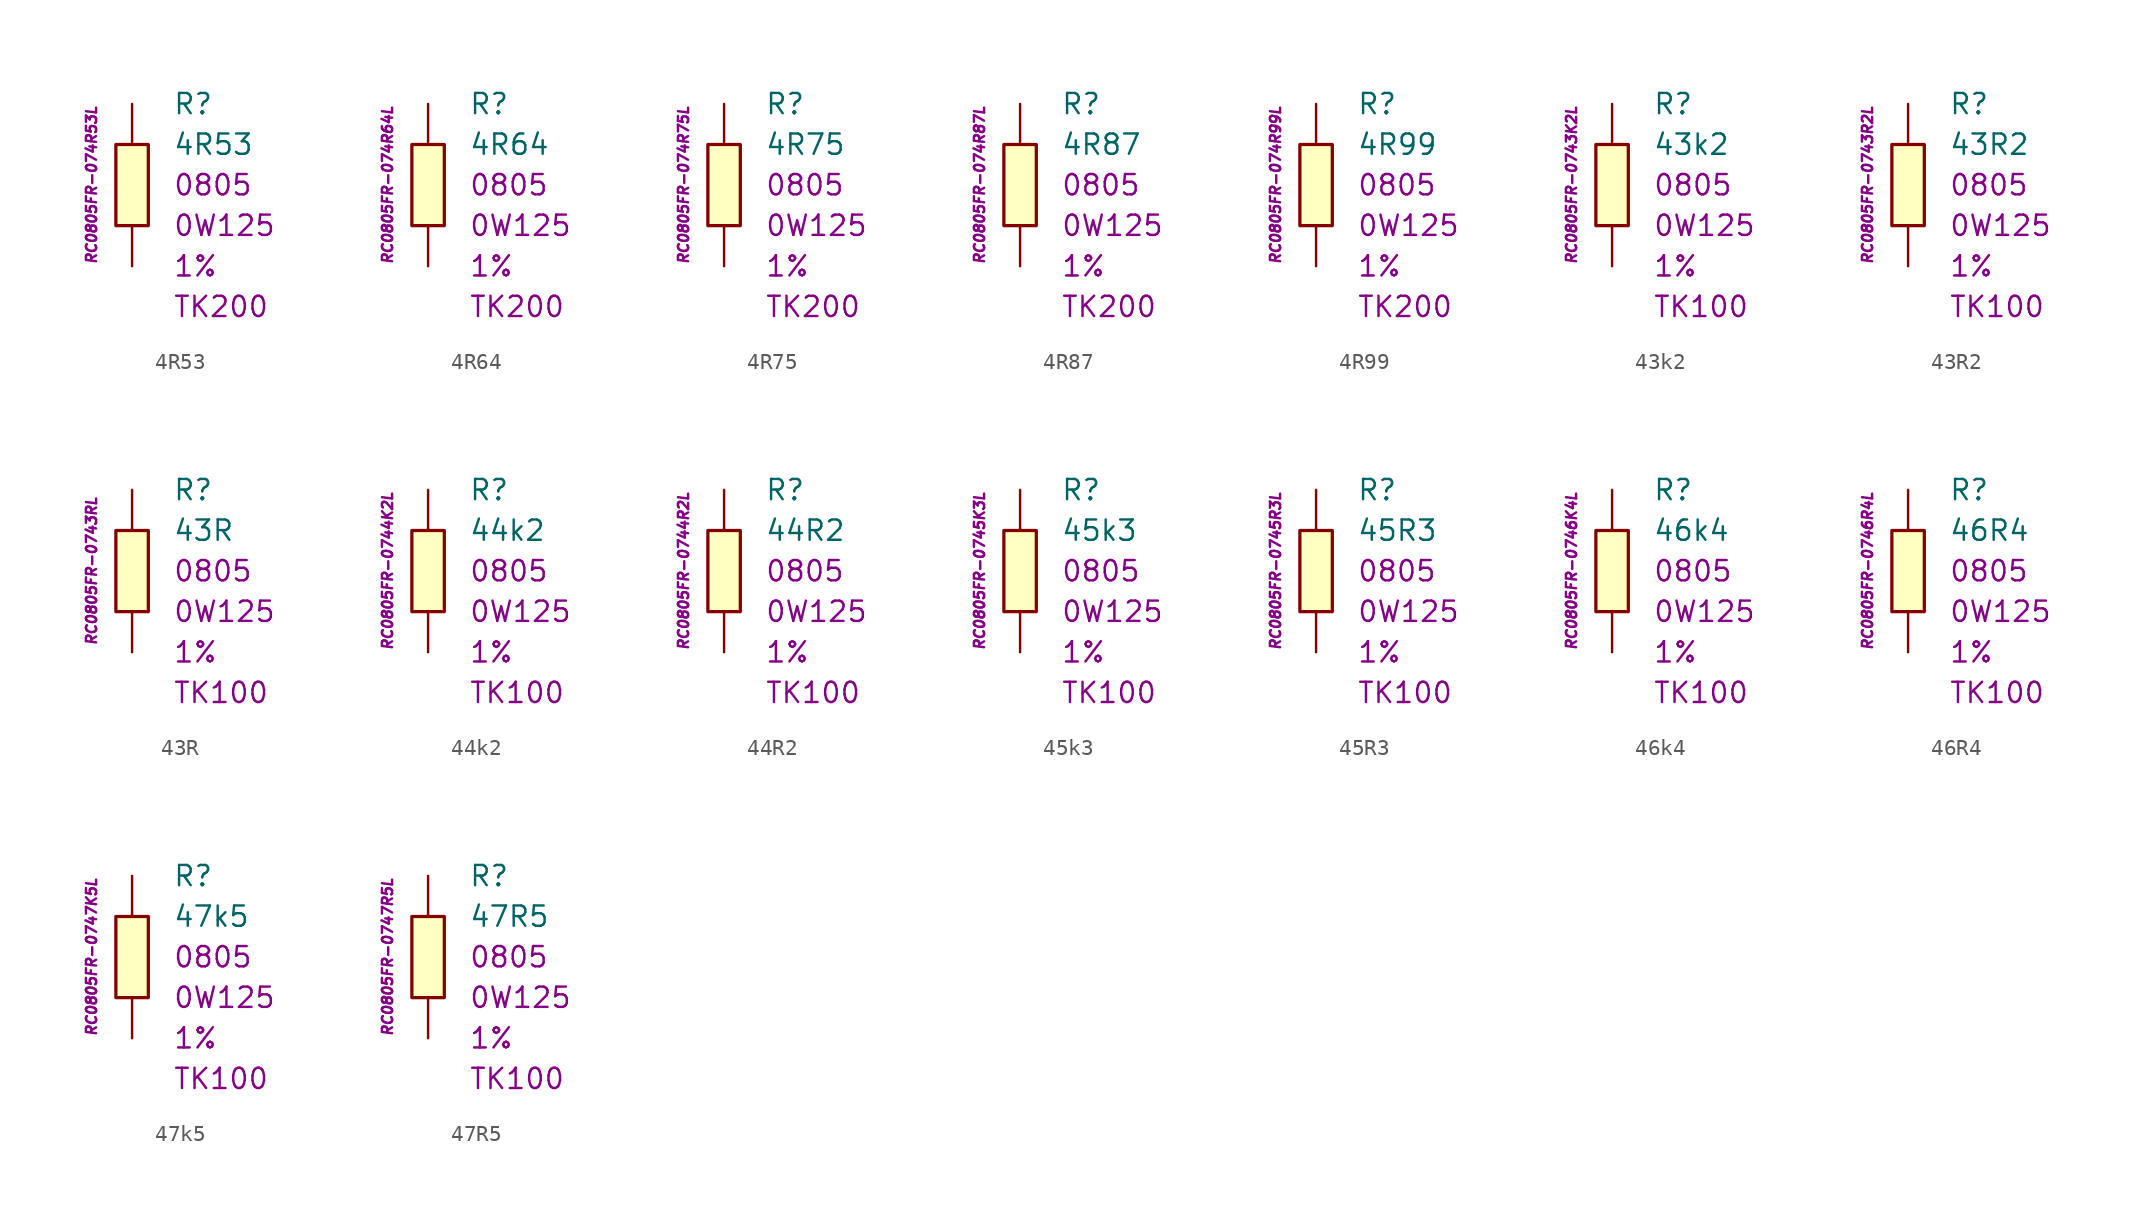
<source format=kicad_sym>
(kicad_symbol_lib
  (version 20201005)
  (generator kicad_symbol_editor)
  (symbol "4R53"
    (pin_numbers hide)
    (pin_names
      (offset 1.016) hide)
    (property "Reference" "R"
      (at 2.54 5.08 0)
      (effects (font (size 1.27 1.27)) (justify left)))
    (property "Value" "4R53"
      (at 2.54 2.54 0)
      (effects (font (size 1.27 1.27)) (justify left)))
    (property "Package" "0805"
      (at 2.54 0 0)
      (effects (font (size 1.27 1.27)) (justify left)))
    (property "Power" "0W125"
      (at 2.54 -2.54 0)
      (effects (font (size 1.27 1.27)) (justify left)))
    (property "Tolerance" "1%"
      (at 2.54 -5.08 0)
      (effects (font (size 1.27 1.27)) (justify left)))
    (property "TK" "TK200"
      (at 2.54 -7.62 0)
      (effects (font (size 1.27 1.27)) (justify left)))
    (property "ID" "RC0805FR-074R53L"
      (at -2.54 0 90)
      (effects (font (size 0.635 0.635) italic)))
    (symbol "4R53_0_1"
      (rectangle (start -1.016 2.54) (end 1.016 -2.54) (stroke (width 0.203)) (fill (type background))))
    (symbol "4R53_1_1"
      (pin passive line (at 0 5.08 270) (length 2.54) (name "~" (effects (font (size 1.778 1.778)))) (number "1" (effects (font (size 1.778 1.778)))))
      (pin passive line (at 0 -5.08 90) (length 2.54) (name "~" (effects (font (size 1.778 1.778)))) (number "2" (effects (font (size 1.778 1.778)))))))
  (symbol "4R64"
    (pin_numbers hide)
    (pin_names
      (offset 1.016) hide)
    (property "Reference" "R"
      (at 2.54 5.08 0)
      (effects (font (size 1.27 1.27)) (justify left)))
    (property "Value" "4R64"
      (at 2.54 2.54 0)
      (effects (font (size 1.27 1.27)) (justify left)))
    (property "Package" "0805"
      (at 2.54 0 0)
      (effects (font (size 1.27 1.27)) (justify left)))
    (property "Power" "0W125"
      (at 2.54 -2.54 0)
      (effects (font (size 1.27 1.27)) (justify left)))
    (property "Tolerance" "1%"
      (at 2.54 -5.08 0)
      (effects (font (size 1.27 1.27)) (justify left)))
    (property "TK" "TK200"
      (at 2.54 -7.62 0)
      (effects (font (size 1.27 1.27)) (justify left)))
    (property "ID" "RC0805FR-074R64L"
      (at -2.54 0 90)
      (effects (font (size 0.635 0.635) italic)))
    (symbol "4R64_0_1"
      (rectangle (start -1.016 2.54) (end 1.016 -2.54) (stroke (width 0.203)) (fill (type background))))
    (symbol "4R64_1_1"
      (pin passive line (at 0 5.08 270) (length 2.54) (name "~" (effects (font (size 1.778 1.778)))) (number "1" (effects (font (size 1.778 1.778)))))
      (pin passive line (at 0 -5.08 90) (length 2.54) (name "~" (effects (font (size 1.778 1.778)))) (number "2" (effects (font (size 1.778 1.778)))))))
  (symbol "4R75"
    (pin_numbers hide)
    (pin_names
      (offset 1.016) hide)
    (property "Reference" "R"
      (at 2.54 5.08 0)
      (effects (font (size 1.27 1.27)) (justify left)))
    (property "Value" "4R75"
      (at 2.54 2.54 0)
      (effects (font (size 1.27 1.27)) (justify left)))
    (property "Package" "0805"
      (at 2.54 0 0)
      (effects (font (size 1.27 1.27)) (justify left)))
    (property "Power" "0W125"
      (at 2.54 -2.54 0)
      (effects (font (size 1.27 1.27)) (justify left)))
    (property "Tolerance" "1%"
      (at 2.54 -5.08 0)
      (effects (font (size 1.27 1.27)) (justify left)))
    (property "TK" "TK200"
      (at 2.54 -7.62 0)
      (effects (font (size 1.27 1.27)) (justify left)))
    (property "ID" "RC0805FR-074R75L"
      (at -2.54 0 90)
      (effects (font (size 0.635 0.635) italic)))
    (symbol "4R75_0_1"
      (rectangle (start -1.016 2.54) (end 1.016 -2.54) (stroke (width 0.203)) (fill (type background))))
    (symbol "4R75_1_1"
      (pin passive line (at 0 5.08 270) (length 2.54) (name "~" (effects (font (size 1.778 1.778)))) (number "1" (effects (font (size 1.778 1.778)))))
      (pin passive line (at 0 -5.08 90) (length 2.54) (name "~" (effects (font (size 1.778 1.778)))) (number "2" (effects (font (size 1.778 1.778)))))))
  (symbol "4R87"
    (pin_numbers hide)
    (pin_names
      (offset 1.016) hide)
    (property "Reference" "R"
      (at 2.54 5.08 0)
      (effects (font (size 1.27 1.27)) (justify left)))
    (property "Value" "4R87"
      (at 2.54 2.54 0)
      (effects (font (size 1.27 1.27)) (justify left)))
    (property "Package" "0805"
      (at 2.54 0 0)
      (effects (font (size 1.27 1.27)) (justify left)))
    (property "Power" "0W125"
      (at 2.54 -2.54 0)
      (effects (font (size 1.27 1.27)) (justify left)))
    (property "Tolerance" "1%"
      (at 2.54 -5.08 0)
      (effects (font (size 1.27 1.27)) (justify left)))
    (property "TK" "TK200"
      (at 2.54 -7.62 0)
      (effects (font (size 1.27 1.27)) (justify left)))
    (property "ID" "RC0805FR-074R87L"
      (at -2.54 0 90)
      (effects (font (size 0.635 0.635) italic)))
    (symbol "4R87_0_1"
      (rectangle (start -1.016 2.54) (end 1.016 -2.54) (stroke (width 0.203)) (fill (type background))))
    (symbol "4R87_1_1"
      (pin passive line (at 0 5.08 270) (length 2.54) (name "~" (effects (font (size 1.778 1.778)))) (number "1" (effects (font (size 1.778 1.778)))))
      (pin passive line (at 0 -5.08 90) (length 2.54) (name "~" (effects (font (size 1.778 1.778)))) (number "2" (effects (font (size 1.778 1.778)))))))
  (symbol "4R99"
    (pin_numbers hide)
    (pin_names
      (offset 1.016) hide)
    (property "Reference" "R"
      (at 2.54 5.08 0)
      (effects (font (size 1.27 1.27)) (justify left)))
    (property "Value" "4R99"
      (at 2.54 2.54 0)
      (effects (font (size 1.27 1.27)) (justify left)))
    (property "Package" "0805"
      (at 2.54 0 0)
      (effects (font (size 1.27 1.27)) (justify left)))
    (property "Power" "0W125"
      (at 2.54 -2.54 0)
      (effects (font (size 1.27 1.27)) (justify left)))
    (property "Tolerance" "1%"
      (at 2.54 -5.08 0)
      (effects (font (size 1.27 1.27)) (justify left)))
    (property "TK" "TK200"
      (at 2.54 -7.62 0)
      (effects (font (size 1.27 1.27)) (justify left)))
    (property "ID" "RC0805FR-074R99L"
      (at -2.54 0 90)
      (effects (font (size 0.635 0.635) italic)))
    (symbol "4R99_0_1"
      (rectangle (start -1.016 2.54) (end 1.016 -2.54) (stroke (width 0.203)) (fill (type background))))
    (symbol "4R99_1_1"
      (pin passive line (at 0 5.08 270) (length 2.54) (name "~" (effects (font (size 1.778 1.778)))) (number "1" (effects (font (size 1.778 1.778)))))
      (pin passive line (at 0 -5.08 90) (length 2.54) (name "~" (effects (font (size 1.778 1.778)))) (number "2" (effects (font (size 1.778 1.778)))))))
  (symbol "43k2"
    (pin_numbers hide)
    (pin_names
      (offset 1.016) hide)
    (property "Reference" "R"
      (at 2.54 5.08 0)
      (effects (font (size 1.27 1.27)) (justify left)))
    (property "Value" "43k2"
      (at 2.54 2.54 0)
      (effects (font (size 1.27 1.27)) (justify left)))
    (property "Package" "0805"
      (at 2.54 0 0)
      (effects (font (size 1.27 1.27)) (justify left)))
    (property "Power" "0W125"
      (at 2.54 -2.54 0)
      (effects (font (size 1.27 1.27)) (justify left)))
    (property "Tolerance" "1%"
      (at 2.54 -5.08 0)
      (effects (font (size 1.27 1.27)) (justify left)))
    (property "TK" "TK100"
      (at 2.54 -7.62 0)
      (effects (font (size 1.27 1.27)) (justify left)))
    (property "ID" "RC0805FR-0743K2L"
      (at -2.54 0 90)
      (effects (font (size 0.635 0.635) italic)))
    (symbol "43k2_0_1"
      (rectangle (start -1.016 2.54) (end 1.016 -2.54) (stroke (width 0.203)) (fill (type background))))
    (symbol "43k2_1_1"
      (pin passive line (at 0 5.08 270) (length 2.54) (name "~" (effects (font (size 1.778 1.778)))) (number "1" (effects (font (size 1.778 1.778)))))
      (pin passive line (at 0 -5.08 90) (length 2.54) (name "~" (effects (font (size 1.778 1.778)))) (number "2" (effects (font (size 1.778 1.778)))))))
  (symbol "43R2"
    (pin_numbers hide)
    (pin_names
      (offset 1.016) hide)
    (property "Reference" "R"
      (at 2.54 5.08 0)
      (effects (font (size 1.27 1.27)) (justify left)))
    (property "Value" "43R2"
      (at 2.54 2.54 0)
      (effects (font (size 1.27 1.27)) (justify left)))
    (property "Package" "0805"
      (at 2.54 0 0)
      (effects (font (size 1.27 1.27)) (justify left)))
    (property "Power" "0W125"
      (at 2.54 -2.54 0)
      (effects (font (size 1.27 1.27)) (justify left)))
    (property "Tolerance" "1%"
      (at 2.54 -5.08 0)
      (effects (font (size 1.27 1.27)) (justify left)))
    (property "TK" "TK100"
      (at 2.54 -7.62 0)
      (effects (font (size 1.27 1.27)) (justify left)))
    (property "ID" "RC0805FR-0743R2L"
      (at -2.54 0 90)
      (effects (font (size 0.635 0.635) italic)))
    (symbol "43R2_0_1"
      (rectangle (start -1.016 2.54) (end 1.016 -2.54) (stroke (width 0.203)) (fill (type background))))
    (symbol "43R2_1_1"
      (pin passive line (at 0 5.08 270) (length 2.54) (name "~" (effects (font (size 1.778 1.778)))) (number "1" (effects (font (size 1.778 1.778)))))
      (pin passive line (at 0 -5.08 90) (length 2.54) (name "~" (effects (font (size 1.778 1.778)))) (number "2" (effects (font (size 1.778 1.778)))))))
  (symbol "43R"
    (pin_numbers hide)
    (pin_names
      (offset 1.016) hide)
    (property "Reference" "R"
      (at 2.54 5.08 0)
      (effects (font (size 1.27 1.27)) (justify left)))
    (property "Value" "43R"
      (at 2.54 2.54 0)
      (effects (font (size 1.27 1.27)) (justify left)))
    (property "Package" "0805"
      (at 2.54 0 0)
      (effects (font (size 1.27 1.27)) (justify left)))
    (property "Power" "0W125"
      (at 2.54 -2.54 0)
      (effects (font (size 1.27 1.27)) (justify left)))
    (property "Tolerance" "1%"
      (at 2.54 -5.08 0)
      (effects (font (size 1.27 1.27)) (justify left)))
    (property "TK" "TK100"
      (at 2.54 -7.62 0)
      (effects (font (size 1.27 1.27)) (justify left)))
    (property "ID" "RC0805FR-0743RL"
      (at -2.54 0 90)
      (effects (font (size 0.635 0.635) italic)))
    (symbol "43R_0_1"
      (rectangle (start -1.016 2.54) (end 1.016 -2.54) (stroke (width 0.203)) (fill (type background))))
    (symbol "43R_1_1"
      (pin passive line (at 0 5.08 270) (length 2.54) (name "~" (effects (font (size 1.778 1.778)))) (number "1" (effects (font (size 1.778 1.778)))))
      (pin passive line (at 0 -5.08 90) (length 2.54) (name "~" (effects (font (size 1.778 1.778)))) (number "2" (effects (font (size 1.778 1.778)))))))
  (symbol "44k2"
    (pin_numbers hide)
    (pin_names
      (offset 1.016) hide)
    (property "Reference" "R"
      (at 2.54 5.08 0)
      (effects (font (size 1.27 1.27)) (justify left)))
    (property "Value" "44k2"
      (at 2.54 2.54 0)
      (effects (font (size 1.27 1.27)) (justify left)))
    (property "Package" "0805"
      (at 2.54 0 0)
      (effects (font (size 1.27 1.27)) (justify left)))
    (property "Power" "0W125"
      (at 2.54 -2.54 0)
      (effects (font (size 1.27 1.27)) (justify left)))
    (property "Tolerance" "1%"
      (at 2.54 -5.08 0)
      (effects (font (size 1.27 1.27)) (justify left)))
    (property "TK" "TK100"
      (at 2.54 -7.62 0)
      (effects (font (size 1.27 1.27)) (justify left)))
    (property "ID" "RC0805FR-0744K2L"
      (at -2.54 0 90)
      (effects (font (size 0.635 0.635) italic)))
    (symbol "44k2_0_1"
      (rectangle (start -1.016 2.54) (end 1.016 -2.54) (stroke (width 0.203)) (fill (type background))))
    (symbol "44k2_1_1"
      (pin passive line (at 0 5.08 270) (length 2.54) (name "~" (effects (font (size 1.778 1.778)))) (number "1" (effects (font (size 1.778 1.778)))))
      (pin passive line (at 0 -5.08 90) (length 2.54) (name "~" (effects (font (size 1.778 1.778)))) (number "2" (effects (font (size 1.778 1.778)))))))
  (symbol "44R2"
    (pin_numbers hide)
    (pin_names
      (offset 1.016) hide)
    (property "Reference" "R"
      (at 2.54 5.08 0)
      (effects (font (size 1.27 1.27)) (justify left)))
    (property "Value" "44R2"
      (at 2.54 2.54 0)
      (effects (font (size 1.27 1.27)) (justify left)))
    (property "Package" "0805"
      (at 2.54 0 0)
      (effects (font (size 1.27 1.27)) (justify left)))
    (property "Power" "0W125"
      (at 2.54 -2.54 0)
      (effects (font (size 1.27 1.27)) (justify left)))
    (property "Tolerance" "1%"
      (at 2.54 -5.08 0)
      (effects (font (size 1.27 1.27)) (justify left)))
    (property "TK" "TK100"
      (at 2.54 -7.62 0)
      (effects (font (size 1.27 1.27)) (justify left)))
    (property "ID" "RC0805FR-0744R2L"
      (at -2.54 0 90)
      (effects (font (size 0.635 0.635) italic)))
    (symbol "44R2_0_1"
      (rectangle (start -1.016 2.54) (end 1.016 -2.54) (stroke (width 0.203)) (fill (type background))))
    (symbol "44R2_1_1"
      (pin passive line (at 0 5.08 270) (length 2.54) (name "~" (effects (font (size 1.778 1.778)))) (number "1" (effects (font (size 1.778 1.778)))))
      (pin passive line (at 0 -5.08 90) (length 2.54) (name "~" (effects (font (size 1.778 1.778)))) (number "2" (effects (font (size 1.778 1.778)))))))
  (symbol "45k3"
    (pin_numbers hide)
    (pin_names
      (offset 1.016) hide)
    (property "Reference" "R"
      (at 2.54 5.08 0)
      (effects (font (size 1.27 1.27)) (justify left)))
    (property "Value" "45k3"
      (at 2.54 2.54 0)
      (effects (font (size 1.27 1.27)) (justify left)))
    (property "Package" "0805"
      (at 2.54 0 0)
      (effects (font (size 1.27 1.27)) (justify left)))
    (property "Power" "0W125"
      (at 2.54 -2.54 0)
      (effects (font (size 1.27 1.27)) (justify left)))
    (property "Tolerance" "1%"
      (at 2.54 -5.08 0)
      (effects (font (size 1.27 1.27)) (justify left)))
    (property "TK" "TK100"
      (at 2.54 -7.62 0)
      (effects (font (size 1.27 1.27)) (justify left)))
    (property "ID" "RC0805FR-0745K3L"
      (at -2.54 0 90)
      (effects (font (size 0.635 0.635) italic)))
    (symbol "45k3_0_1"
      (rectangle (start -1.016 2.54) (end 1.016 -2.54) (stroke (width 0.203)) (fill (type background))))
    (symbol "45k3_1_1"
      (pin passive line (at 0 5.08 270) (length 2.54) (name "~" (effects (font (size 1.778 1.778)))) (number "1" (effects (font (size 1.778 1.778)))))
      (pin passive line (at 0 -5.08 90) (length 2.54) (name "~" (effects (font (size 1.778 1.778)))) (number "2" (effects (font (size 1.778 1.778)))))))
  (symbol "45R3"
    (pin_numbers hide)
    (pin_names
      (offset 1.016) hide)
    (property "Reference" "R"
      (at 2.54 5.08 0)
      (effects (font (size 1.27 1.27)) (justify left)))
    (property "Value" "45R3"
      (at 2.54 2.54 0)
      (effects (font (size 1.27 1.27)) (justify left)))
    (property "Package" "0805"
      (at 2.54 0 0)
      (effects (font (size 1.27 1.27)) (justify left)))
    (property "Power" "0W125"
      (at 2.54 -2.54 0)
      (effects (font (size 1.27 1.27)) (justify left)))
    (property "Tolerance" "1%"
      (at 2.54 -5.08 0)
      (effects (font (size 1.27 1.27)) (justify left)))
    (property "TK" "TK100"
      (at 2.54 -7.62 0)
      (effects (font (size 1.27 1.27)) (justify left)))
    (property "ID" "RC0805FR-0745R3L"
      (at -2.54 0 90)
      (effects (font (size 0.635 0.635) italic)))
    (symbol "45R3_0_1"
      (rectangle (start -1.016 2.54) (end 1.016 -2.54) (stroke (width 0.203)) (fill (type background))))
    (symbol "45R3_1_1"
      (pin passive line (at 0 5.08 270) (length 2.54) (name "~" (effects (font (size 1.778 1.778)))) (number "1" (effects (font (size 1.778 1.778)))))
      (pin passive line (at 0 -5.08 90) (length 2.54) (name "~" (effects (font (size 1.778 1.778)))) (number "2" (effects (font (size 1.778 1.778)))))))
  (symbol "46k4"
    (pin_numbers hide)
    (pin_names
      (offset 1.016) hide)
    (property "Reference" "R"
      (at 2.54 5.08 0)
      (effects (font (size 1.27 1.27)) (justify left)))
    (property "Value" "46k4"
      (at 2.54 2.54 0)
      (effects (font (size 1.27 1.27)) (justify left)))
    (property "Package" "0805"
      (at 2.54 0 0)
      (effects (font (size 1.27 1.27)) (justify left)))
    (property "Power" "0W125"
      (at 2.54 -2.54 0)
      (effects (font (size 1.27 1.27)) (justify left)))
    (property "Tolerance" "1%"
      (at 2.54 -5.08 0)
      (effects (font (size 1.27 1.27)) (justify left)))
    (property "TK" "TK100"
      (at 2.54 -7.62 0)
      (effects (font (size 1.27 1.27)) (justify left)))
    (property "ID" "RC0805FR-0746K4L"
      (at -2.54 0 90)
      (effects (font (size 0.635 0.635) italic)))
    (symbol "46k4_0_1"
      (rectangle (start -1.016 2.54) (end 1.016 -2.54) (stroke (width 0.203)) (fill (type background))))
    (symbol "46k4_1_1"
      (pin passive line (at 0 5.08 270) (length 2.54) (name "~" (effects (font (size 1.778 1.778)))) (number "1" (effects (font (size 1.778 1.778)))))
      (pin passive line (at 0 -5.08 90) (length 2.54) (name "~" (effects (font (size 1.778 1.778)))) (number "2" (effects (font (size 1.778 1.778)))))))
  (symbol "46R4"
    (pin_numbers hide)
    (pin_names
      (offset 1.016) hide)
    (property "Reference" "R"
      (at 2.54 5.08 0)
      (effects (font (size 1.27 1.27)) (justify left)))
    (property "Value" "46R4"
      (at 2.54 2.54 0)
      (effects (font (size 1.27 1.27)) (justify left)))
    (property "Package" "0805"
      (at 2.54 0 0)
      (effects (font (size 1.27 1.27)) (justify left)))
    (property "Power" "0W125"
      (at 2.54 -2.54 0)
      (effects (font (size 1.27 1.27)) (justify left)))
    (property "Tolerance" "1%"
      (at 2.54 -5.08 0)
      (effects (font (size 1.27 1.27)) (justify left)))
    (property "TK" "TK100"
      (at 2.54 -7.62 0)
      (effects (font (size 1.27 1.27)) (justify left)))
    (property "ID" "RC0805FR-0746R4L"
      (at -2.54 0 90)
      (effects (font (size 0.635 0.635) italic)))
    (symbol "46R4_0_1"
      (rectangle (start -1.016 2.54) (end 1.016 -2.54) (stroke (width 0.203)) (fill (type background))))
    (symbol "46R4_1_1"
      (pin passive line (at 0 5.08 270) (length 2.54) (name "~" (effects (font (size 1.778 1.778)))) (number "1" (effects (font (size 1.778 1.778)))))
      (pin passive line (at 0 -5.08 90) (length 2.54) (name "~" (effects (font (size 1.778 1.778)))) (number "2" (effects (font (size 1.778 1.778)))))))
  (symbol "47k5"
    (pin_numbers hide)
    (pin_names
      (offset 1.016) hide)
    (property "Reference" "R"
      (at 2.54 5.08 0)
      (effects (font (size 1.27 1.27)) (justify left)))
    (property "Value" "47k5"
      (at 2.54 2.54 0)
      (effects (font (size 1.27 1.27)) (justify left)))
    (property "Package" "0805"
      (at 2.54 0 0)
      (effects (font (size 1.27 1.27)) (justify left)))
    (property "Power" "0W125"
      (at 2.54 -2.54 0)
      (effects (font (size 1.27 1.27)) (justify left)))
    (property "Tolerance" "1%"
      (at 2.54 -5.08 0)
      (effects (font (size 1.27 1.27)) (justify left)))
    (property "TK" "TK100"
      (at 2.54 -7.62 0)
      (effects (font (size 1.27 1.27)) (justify left)))
    (property "ID" "RC0805FR-0747K5L"
      (at -2.54 0 90)
      (effects (font (size 0.635 0.635) italic)))
    (symbol "47k5_0_1"
      (rectangle (start -1.016 2.54) (end 1.016 -2.54) (stroke (width 0.203)) (fill (type background))))
    (symbol "47k5_1_1"
      (pin passive line (at 0 5.08 270) (length 2.54) (name "~" (effects (font (size 1.778 1.778)))) (number "1" (effects (font (size 1.778 1.778)))))
      (pin passive line (at 0 -5.08 90) (length 2.54) (name "~" (effects (font (size 1.778 1.778)))) (number "2" (effects (font (size 1.778 1.778)))))))
  (symbol "47R5"
    (pin_numbers hide)
    (pin_names
      (offset 1.016) hide)
    (property "Reference" "R"
      (at 2.54 5.08 0)
      (effects (font (size 1.27 1.27)) (justify left)))
    (property "Value" "47R5"
      (at 2.54 2.54 0)
      (effects (font (size 1.27 1.27)) (justify left)))
    (property "Package" "0805"
      (at 2.54 0 0)
      (effects (font (size 1.27 1.27)) (justify left)))
    (property "Power" "0W125"
      (at 2.54 -2.54 0)
      (effects (font (size 1.27 1.27)) (justify left)))
    (property "Tolerance" "1%"
      (at 2.54 -5.08 0)
      (effects (font (size 1.27 1.27)) (justify left)))
    (property "TK" "TK100"
      (at 2.54 -7.62 0)
      (effects (font (size 1.27 1.27)) (justify left)))
    (property "ID" "RC0805FR-0747R5L"
      (at -2.54 0 90)
      (effects (font (size 0.635 0.635) italic)))
    (symbol "47R5_0_1"
      (rectangle (start -1.016 2.54) (end 1.016 -2.54) (stroke (width 0.203)) (fill (type background))))
    (symbol "47R5_1_1"
      (pin passive line (at 0 5.08 270) (length 2.54) (name "~" (effects (font (size 1.778 1.778)))) (number "1" (effects (font (size 1.778 1.778)))))
      (pin passive line (at 0 -5.08 90) (length 2.54) (name "~" (effects (font (size 1.778 1.778)))) (number "2" (effects (font (size 1.778 1.778))))))))
</source>
